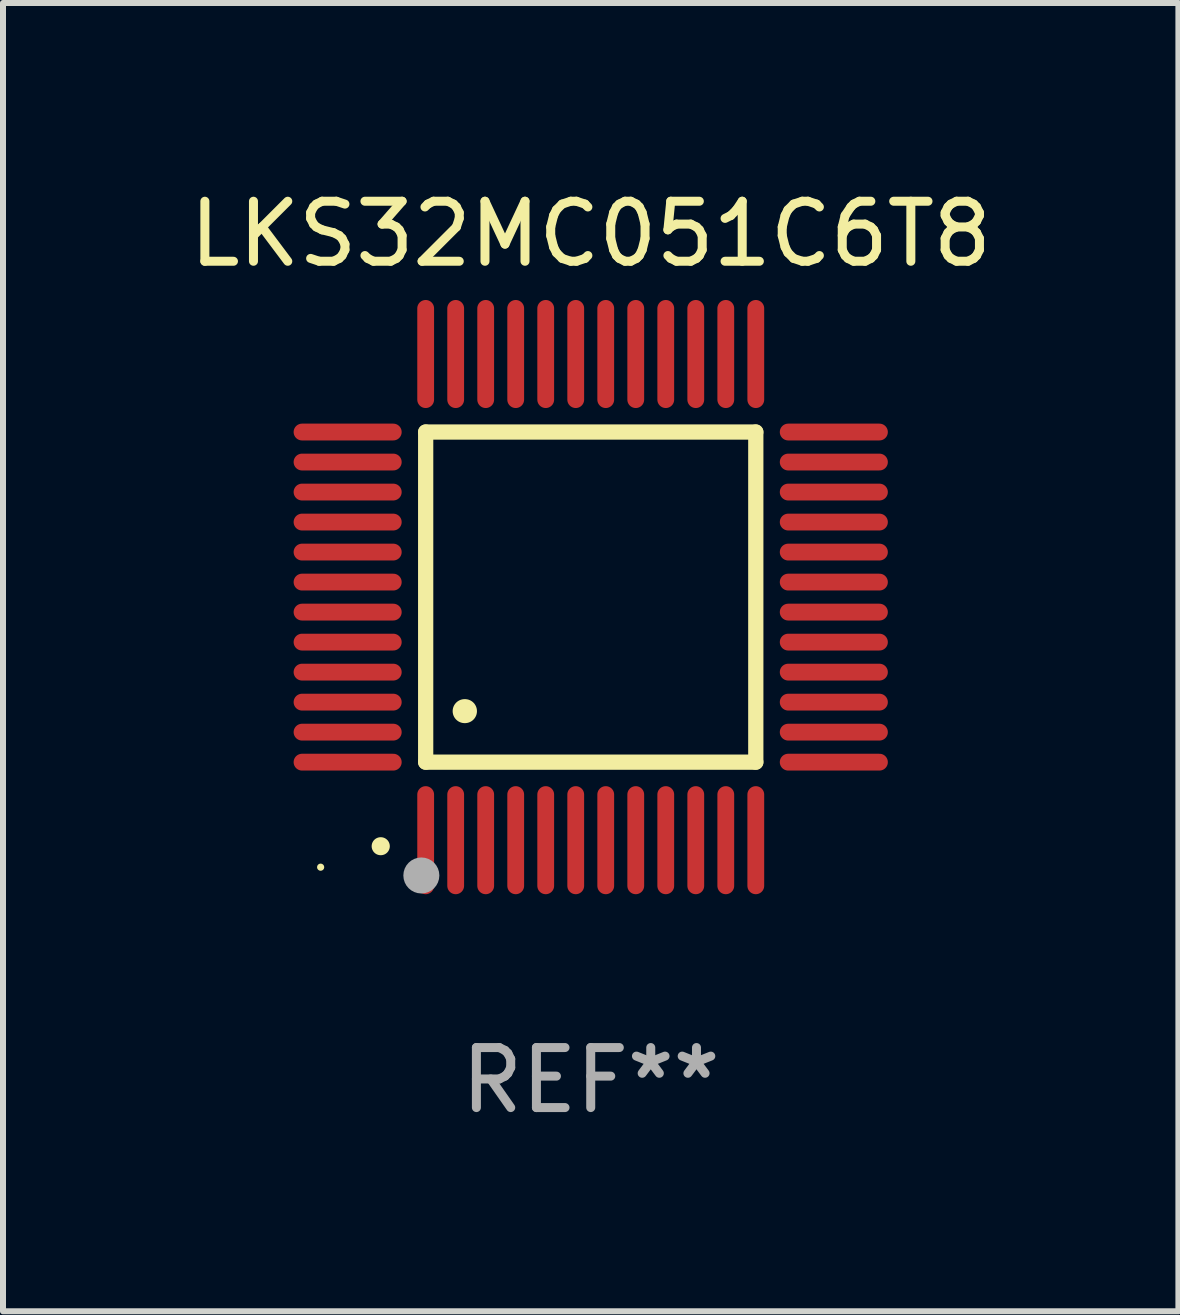
<source format=kicad_pcb>
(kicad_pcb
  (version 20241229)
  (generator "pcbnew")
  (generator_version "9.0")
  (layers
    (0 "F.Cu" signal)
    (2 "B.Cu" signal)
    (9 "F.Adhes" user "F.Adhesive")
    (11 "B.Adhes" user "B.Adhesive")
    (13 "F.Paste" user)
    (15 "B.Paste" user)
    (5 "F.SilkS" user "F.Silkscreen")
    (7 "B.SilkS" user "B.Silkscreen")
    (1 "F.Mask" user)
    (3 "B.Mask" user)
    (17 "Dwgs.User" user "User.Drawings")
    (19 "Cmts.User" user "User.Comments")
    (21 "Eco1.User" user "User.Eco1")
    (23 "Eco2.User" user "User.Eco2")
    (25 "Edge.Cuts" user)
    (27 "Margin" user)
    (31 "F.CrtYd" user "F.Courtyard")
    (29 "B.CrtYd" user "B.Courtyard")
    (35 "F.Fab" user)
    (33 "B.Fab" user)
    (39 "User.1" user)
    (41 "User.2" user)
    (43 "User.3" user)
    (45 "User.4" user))
  (footprint "LKS32MC051C6T8"
    (layer "F.Cu")
    (at 6.792 6.898)
    (property "Reference" "LKS32MC051C6T8" (at 0 -6.05 0) (layer "F.SilkS") (effects (font (size 1 1) (thickness 0.15))))
    (attr through_hole)
    (fp_line (start -2.75 -2.75) (end 2.75 -2.75) (stroke (width 0.254) (type solid)) (layer "F.SilkS"))
    (fp_line (start -2.75 2.75) (end -2.75 -2.75) (stroke (width 0.254) (type solid)) (layer "F.SilkS"))
    (fp_line (start 2.75 -2.75) (end 2.75 2.75) (stroke (width 0.254) (type solid)) (layer "F.SilkS"))
    (fp_line (start 2.75 2.75) (end -2.75 2.75) (stroke (width 0.254) (type solid)) (layer "F.SilkS"))
    (fp_arc (start -3.500127 4.150368) (mid -3.498857 4.150363) (end -3.497587 4.150368) (stroke (width 0.3) (type solid)) (layer "F.SilkS"))
    (fp_arc (start -2.100584 1.899924) (mid -2.098044 1.899908) (end -2.095504 1.899924) (stroke (width 0.4) (type solid)) (layer "F.SilkS"))
    (fp_circle (center -4.5 4.5) (end -4.47 4.5) (stroke (width 0.06) (type solid)) (fill no) (layer "F.SilkS"))
    (fp_circle (center -2.822 4.638) (end -2.672 4.638) (stroke (width 0.3) (type solid)) (fill no) (layer "F.Fab"))
    (fp_text user "REF**" (at 0 8.05 0) (layer "F.Fab") (effects (font (size 1 1) (thickness 0.15))))
    (pad "1" smd oval (at -2.75 4.05) (size 0.28 1.8) (layers "F.Cu" "F.Mask" "F.Paste"))
    (pad "2" smd oval (at -2.25 4.05) (size 0.28 1.8) (layers "F.Cu" "F.Mask" "F.Paste"))
    (pad "3" smd oval (at -1.75 4.05) (size 0.28 1.8) (layers "F.Cu" "F.Mask" "F.Paste"))
    (pad "4" smd oval (at -1.25 4.05) (size 0.28 1.8) (layers "F.Cu" "F.Mask" "F.Paste"))
    (pad "5" smd oval (at -0.75 4.05) (size 0.28 1.8) (layers "F.Cu" "F.Mask" "F.Paste"))
    (pad "6" smd oval (at -0.25 4.05) (size 0.28 1.8) (layers "F.Cu" "F.Mask" "F.Paste"))
    (pad "7" smd oval (at 0.25 4.05) (size 0.28 1.8) (layers "F.Cu" "F.Mask" "F.Paste"))
    (pad "8" smd oval (at 0.75 4.05) (size 0.28 1.8) (layers "F.Cu" "F.Mask" "F.Paste"))
    (pad "9" smd oval (at 1.25 4.05) (size 0.28 1.8) (layers "F.Cu" "F.Mask" "F.Paste"))
    (pad "10" smd oval (at 1.75 4.05) (size 0.28 1.8) (layers "F.Cu" "F.Mask" "F.Paste"))
    (pad "11" smd oval (at 2.25 4.05) (size 0.28 1.8) (layers "F.Cu" "F.Mask" "F.Paste"))
    (pad "12" smd oval (at 2.75 4.05) (size 0.28 1.8) (layers "F.Cu" "F.Mask" "F.Paste"))
    (pad "13" smd oval (at 4.05 2.75) (size 1.8 0.28) (layers "F.Cu" "F.Mask" "F.Paste"))
    (pad "14" smd oval (at 4.05 2.25) (size 1.8 0.28) (layers "F.Cu" "F.Mask" "F.Paste"))
    (pad "15" smd oval (at 4.05 1.75) (size 1.8 0.28) (layers "F.Cu" "F.Mask" "F.Paste"))
    (pad "16" smd oval (at 4.05 1.25) (size 1.8 0.28) (layers "F.Cu" "F.Mask" "F.Paste"))
    (pad "17" smd oval (at 4.05 0.75) (size 1.8 0.28) (layers "F.Cu" "F.Mask" "F.Paste"))
    (pad "18" smd oval (at 4.05 0.25) (size 1.8 0.28) (layers "F.Cu" "F.Mask" "F.Paste"))
    (pad "19" smd oval (at 4.05 -0.25) (size 1.8 0.28) (layers "F.Cu" "F.Mask" "F.Paste"))
    (pad "20" smd oval (at 4.05 -0.75) (size 1.8 0.28) (layers "F.Cu" "F.Mask" "F.Paste"))
    (pad "21" smd oval (at 4.05 -1.25) (size 1.8 0.28) (layers "F.Cu" "F.Mask" "F.Paste"))
    (pad "22" smd oval (at 4.05 -1.75) (size 1.8 0.28) (layers "F.Cu" "F.Mask" "F.Paste"))
    (pad "23" smd oval (at 4.05 -2.25) (size 1.8 0.28) (layers "F.Cu" "F.Mask" "F.Paste"))
    (pad "24" smd oval (at 4.05 -2.75) (size 1.8 0.28) (layers "F.Cu" "F.Mask" "F.Paste"))
    (pad "25" smd oval (at 2.75 -4.05) (size 0.28 1.8) (layers "F.Cu" "F.Mask" "F.Paste"))
    (pad "26" smd oval (at 2.25 -4.05) (size 0.28 1.8) (layers "F.Cu" "F.Mask" "F.Paste"))
    (pad "27" smd oval (at 1.75 -4.05) (size 0.28 1.8) (layers "F.Cu" "F.Mask" "F.Paste"))
    (pad "28" smd oval (at 1.25 -4.05) (size 0.28 1.8) (layers "F.Cu" "F.Mask" "F.Paste"))
    (pad "29" smd oval (at 0.75 -4.05) (size 0.28 1.8) (layers "F.Cu" "F.Mask" "F.Paste"))
    (pad "30" smd oval (at 0.25 -4.05) (size 0.28 1.8) (layers "F.Cu" "F.Mask" "F.Paste"))
    (pad "31" smd oval (at -0.25 -4.05) (size 0.28 1.8) (layers "F.Cu" "F.Mask" "F.Paste"))
    (pad "32" smd oval (at -0.75 -4.05) (size 0.28 1.8) (layers "F.Cu" "F.Mask" "F.Paste"))
    (pad "33" smd oval (at -1.25 -4.05) (size 0.28 1.8) (layers "F.Cu" "F.Mask" "F.Paste"))
    (pad "34" smd oval (at -1.75 -4.05) (size 0.28 1.8) (layers "F.Cu" "F.Mask" "F.Paste"))
    (pad "35" smd oval (at -2.25 -4.05) (size 0.28 1.8) (layers "F.Cu" "F.Mask" "F.Paste"))
    (pad "36" smd oval (at -2.75 -4.05) (size 0.28 1.8) (layers "F.Cu" "F.Mask" "F.Paste"))
    (pad "37" smd oval (at -4.05 -2.75) (size 1.8 0.28) (layers "F.Cu" "F.Mask" "F.Paste"))
    (pad "38" smd oval (at -4.05 -2.25) (size 1.8 0.28) (layers "F.Cu" "F.Mask" "F.Paste"))
    (pad "39" smd oval (at -4.05 -1.75) (size 1.8 0.28) (layers "F.Cu" "F.Mask" "F.Paste"))
    (pad "40" smd oval (at -4.05 -1.25) (size 1.8 0.28) (layers "F.Cu" "F.Mask" "F.Paste"))
    (pad "41" smd oval (at -4.05 -0.75) (size 1.8 0.28) (layers "F.Cu" "F.Mask" "F.Paste"))
    (pad "42" smd oval (at -4.05 -0.25) (size 1.8 0.28) (layers "F.Cu" "F.Mask" "F.Paste"))
    (pad "43" smd oval (at -4.05 0.25) (size 1.8 0.28) (layers "F.Cu" "F.Mask" "F.Paste"))
    (pad "44" smd oval (at -4.05 0.75) (size 1.8 0.28) (layers "F.Cu" "F.Mask" "F.Paste"))
    (pad "45" smd oval (at -4.05 1.25) (size 1.8 0.28) (layers "F.Cu" "F.Mask" "F.Paste"))
    (pad "46" smd oval (at -4.05 1.75) (size 1.8 0.28) (layers "F.Cu" "F.Mask" "F.Paste"))
    (pad "47" smd oval (at -4.05 2.25) (size 1.8 0.28) (layers "F.Cu" "F.Mask" "F.Paste"))
    (pad "48" smd oval (at -4.05 2.75) (size 1.8 0.28) (layers "F.Cu" "F.Mask" "F.Paste")))
  (gr_rect
    (start -3 -3)
    (end 16.583 18.797)
    (stroke (width 0.1) (type default))
    (fill no)
    (layer "Edge.Cuts")))
</source>
